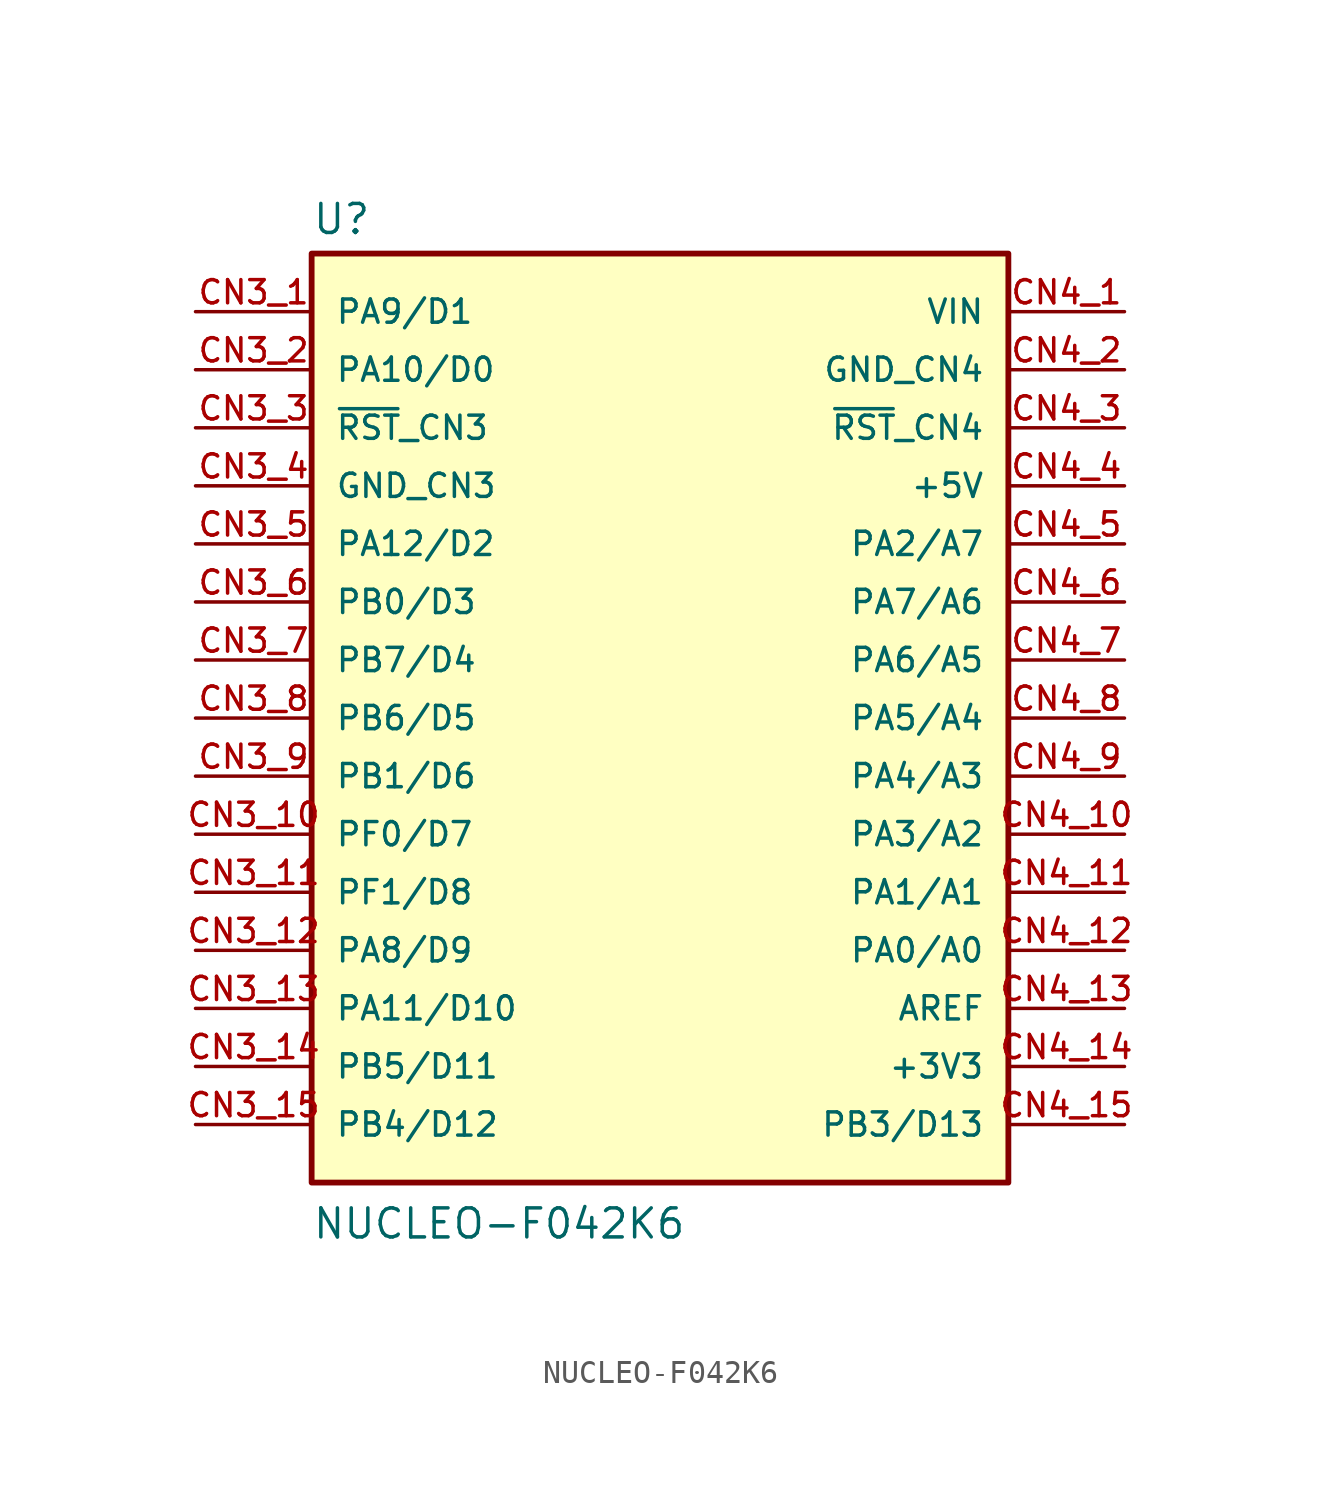
<source format=kicad_sym>
(kicad_symbol_lib
  (version 20211014)
  (generator kicad_symbol_editor)
  (symbol "NUCLEO-F042K6"
    (pin_names
      (offset 1.016))
    (property "Reference" "U"
      (at -15.24 21.082 0)
      (effects (font (size 1.27 1.27)) (justify bottom left)))
    (property "Value" "NUCLEO-F042K6"
      (at -15.24 -22.86 0)
      (effects (font (size 1.27 1.27)) (justify bottom left)))
    (symbol "NUCLEO-F042K6_0_0"
      (rectangle (start -15.24 -20.32) (end 15.24 20.32) (stroke (width 0.254)) (fill (type background)))
      (pin bidirectional line (at -20.32 17.78 0) (length 5.08) (name "PA9/D1" (effects (font (size 1.016 1.016)))) (number "CN3_1" (effects (font (size 1.016 1.016)))))
      (pin bidirectional line (at -20.32 15.24 0) (length 5.08) (name "PA10/D0" (effects (font (size 1.016 1.016)))) (number "CN3_2" (effects (font (size 1.016 1.016)))))
      (pin bidirectional line (at -20.32 12.7 0) (length 5.08) (name "~{RST}_CN3" (effects (font (size 1.016 1.016)))) (number "CN3_3" (effects (font (size 1.016 1.016)))))
      (pin power_in line (at -20.32 10.16 0) (length 5.08) (name "GND_CN3" (effects (font (size 1.016 1.016)))) (number "CN3_4" (effects (font (size 1.016 1.016)))))
      (pin bidirectional line (at -20.32 7.62 0) (length 5.08) (name "PA12/D2" (effects (font (size 1.016 1.016)))) (number "CN3_5" (effects (font (size 1.016 1.016)))))
      (pin bidirectional line (at -20.32 5.08 0) (length 5.08) (name "PB0/D3" (effects (font (size 1.016 1.016)))) (number "CN3_6" (effects (font (size 1.016 1.016)))))
      (pin bidirectional line (at -20.32 2.54 0) (length 5.08) (name "PB7/D4" (effects (font (size 1.016 1.016)))) (number "CN3_7" (effects (font (size 1.016 1.016)))))
      (pin bidirectional line (at -20.32 0.0 0) (length 5.08) (name "PB6/D5" (effects (font (size 1.016 1.016)))) (number "CN3_8" (effects (font (size 1.016 1.016)))))
      (pin bidirectional line (at -20.32 -2.54 0) (length 5.08) (name "PB1/D6" (effects (font (size 1.016 1.016)))) (number "CN3_9" (effects (font (size 1.016 1.016)))))
      (pin bidirectional line (at -20.32 -5.08 0) (length 5.08) (name "PF0/D7" (effects (font (size 1.016 1.016)))) (number "CN3_10" (effects (font (size 1.016 1.016)))))
      (pin bidirectional line (at -20.32 -7.62 0) (length 5.08) (name "PF1/D8" (effects (font (size 1.016 1.016)))) (number "CN3_11" (effects (font (size 1.016 1.016)))))
      (pin bidirectional line (at -20.32 -10.16 0) (length 5.08) (name "PA8/D9" (effects (font (size 1.016 1.016)))) (number "CN3_12" (effects (font (size 1.016 1.016)))))
      (pin bidirectional line (at -20.32 -12.7 0) (length 5.08) (name "PA11/D10" (effects (font (size 1.016 1.016)))) (number "CN3_13" (effects (font (size 1.016 1.016)))))
      (pin bidirectional line (at -20.32 -15.24 0) (length 5.08) (name "PB5/D11" (effects (font (size 1.016 1.016)))) (number "CN3_14" (effects (font (size 1.016 1.016)))))
      (pin bidirectional line (at -20.32 -17.78 0) (length 5.08) (name "PB4/D12" (effects (font (size 1.016 1.016)))) (number "CN3_15" (effects (font (size 1.016 1.016)))))
      (pin power_in line (at 20.32 17.78 180.0) (length 5.08) (name "VIN" (effects (font (size 1.016 1.016)))) (number "CN4_1" (effects (font (size 1.016 1.016)))))
      (pin power_in line (at 20.32 15.24 180.0) (length 5.08) (name "GND_CN4" (effects (font (size 1.016 1.016)))) (number "CN4_2" (effects (font (size 1.016 1.016)))))
      (pin bidirectional line (at 20.32 12.7 180.0) (length 5.08) (name "~{RST}_CN4" (effects (font (size 1.016 1.016)))) (number "CN4_3" (effects (font (size 1.016 1.016)))))
      (pin power_in line (at 20.32 10.16 180.0) (length 5.08) (name "+5V" (effects (font (size 1.016 1.016)))) (number "CN4_4" (effects (font (size 1.016 1.016)))))
      (pin bidirectional line (at 20.32 7.62 180.0) (length 5.08) (name "PA2/A7" (effects (font (size 1.016 1.016)))) (number "CN4_5" (effects (font (size 1.016 1.016)))))
      (pin bidirectional line (at 20.32 5.08 180.0) (length 5.08) (name "PA7/A6" (effects (font (size 1.016 1.016)))) (number "CN4_6" (effects (font (size 1.016 1.016)))))
      (pin bidirectional line (at 20.32 2.54 180.0) (length 5.08) (name "PA6/A5" (effects (font (size 1.016 1.016)))) (number "CN4_7" (effects (font (size 1.016 1.016)))))
      (pin bidirectional line (at 20.32 0.0 180.0) (length 5.08) (name "PA5/A4" (effects (font (size 1.016 1.016)))) (number "CN4_8" (effects (font (size 1.016 1.016)))))
      (pin bidirectional line (at 20.32 -2.54 180.0) (length 5.08) (name "PA4/A3" (effects (font (size 1.016 1.016)))) (number "CN4_9" (effects (font (size 1.016 1.016)))))
      (pin bidirectional line (at 20.32 -5.08 180.0) (length 5.08) (name "PA3/A2" (effects (font (size 1.016 1.016)))) (number "CN4_10" (effects (font (size 1.016 1.016)))))
      (pin bidirectional line (at 20.32 -7.62 180.0) (length 5.08) (name "PA1/A1" (effects (font (size 1.016 1.016)))) (number "CN4_11" (effects (font (size 1.016 1.016)))))
      (pin bidirectional line (at 20.32 -10.16 180.0) (length 5.08) (name "PA0/A0" (effects (font (size 1.016 1.016)))) (number "CN4_12" (effects (font (size 1.016 1.016)))))
      (pin input line (at 20.32 -12.7 180.0) (length 5.08) (name "AREF" (effects (font (size 1.016 1.016)))) (number "CN4_13" (effects (font (size 1.016 1.016)))))
      (pin power_in line (at 20.32 -15.24 180.0) (length 5.08) (name "+3V3" (effects (font (size 1.016 1.016)))) (number "CN4_14" (effects (font (size 1.016 1.016)))))
      (pin bidirectional line (at 20.32 -17.78 180.0) (length 5.08) (name "PB3/D13" (effects (font (size 1.016 1.016)))) (number "CN4_15" (effects (font (size 1.016 1.016))))))))
</source>
